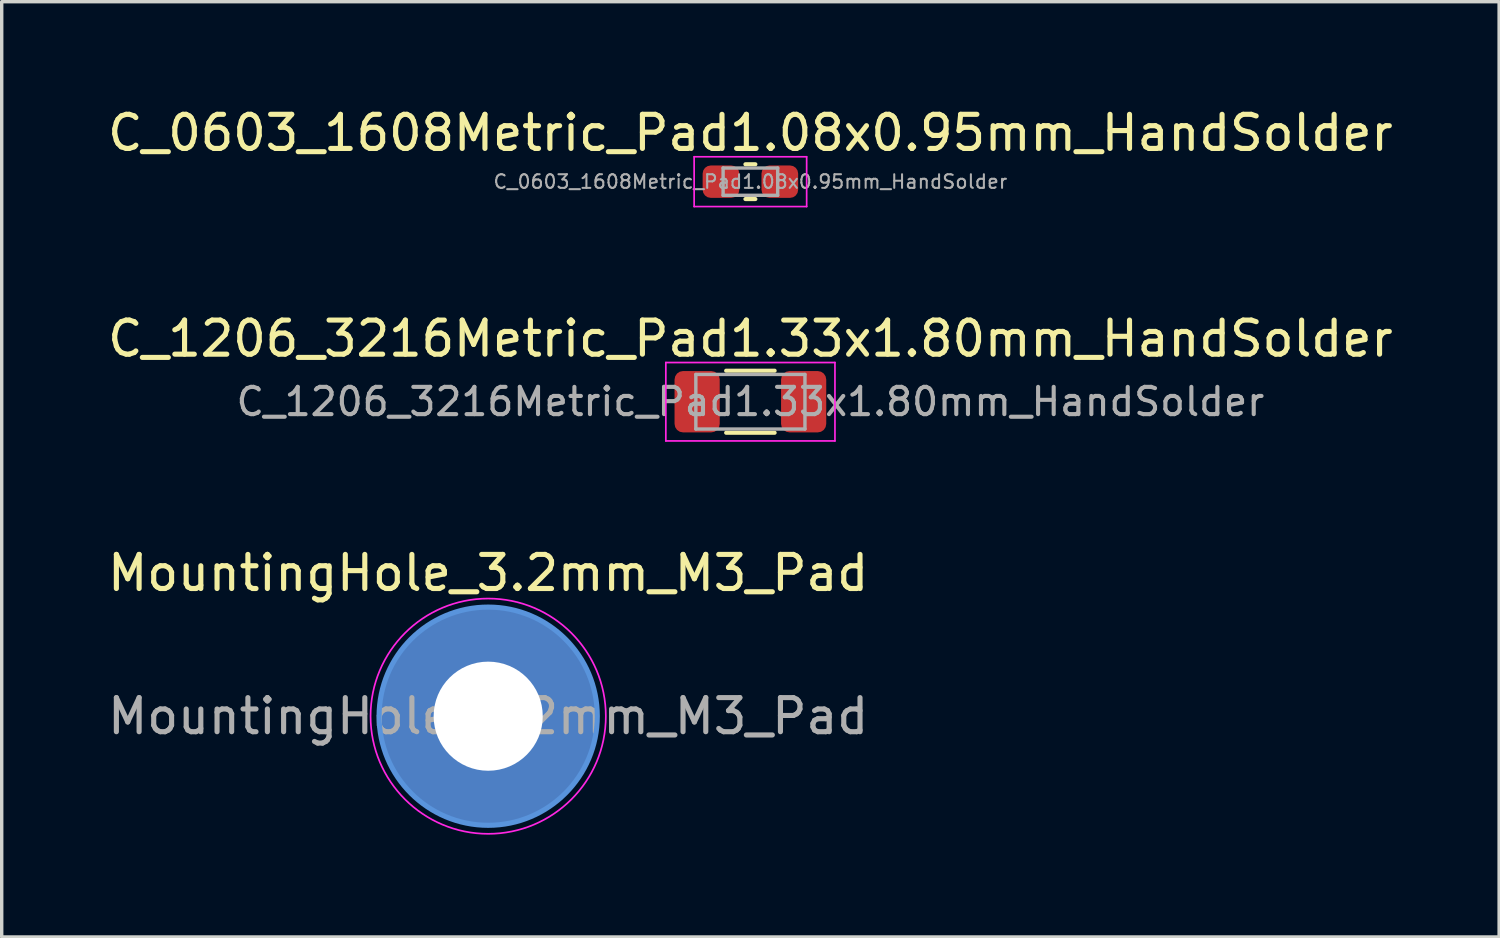
<source format=kicad_pcb>
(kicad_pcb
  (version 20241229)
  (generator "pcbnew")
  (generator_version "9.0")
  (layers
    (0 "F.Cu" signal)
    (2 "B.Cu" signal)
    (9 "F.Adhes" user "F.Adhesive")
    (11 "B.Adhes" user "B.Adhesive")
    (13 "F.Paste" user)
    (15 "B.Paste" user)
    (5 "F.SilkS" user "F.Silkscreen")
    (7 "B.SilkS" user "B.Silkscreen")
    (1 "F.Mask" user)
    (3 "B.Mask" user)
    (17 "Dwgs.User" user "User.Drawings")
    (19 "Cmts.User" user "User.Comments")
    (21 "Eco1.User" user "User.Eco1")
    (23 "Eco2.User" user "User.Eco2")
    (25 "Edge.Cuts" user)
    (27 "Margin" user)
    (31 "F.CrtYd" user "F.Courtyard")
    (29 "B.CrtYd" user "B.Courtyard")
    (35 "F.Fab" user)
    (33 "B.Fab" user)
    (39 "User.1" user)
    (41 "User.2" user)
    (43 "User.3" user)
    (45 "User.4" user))
  (footprint "MountingHole_3.2mm_M3_Pad"
    (layer "F.Cu")
    (at 11.268 17.955)
    (property "Reference" "MountingHole_3.2mm_M3_Pad" (at -0.000054 -4.2 0) (layer "F.SilkS") (effects (font (size 1 1) (thickness 0.15))))
    (attr exclude_from_pos_files)
    (fp_circle (center 0 0) (end 3.2 0) (stroke (width 0.15) (type solid)) (fill no) (layer "Cmts.User"))
    (fp_circle (center 0 0) (end 3.45 0) (stroke (width 0.05) (type solid)) (fill no) (layer "F.CrtYd"))
    (fp_text user "${REFERENCE}" (at 0 0 0) (layer "F.Fab") (effects (font (size 1 1) (thickness 0.15))))
    (pad "1" thru_hole circle (at 0 0) (size 6.4 6.4) (drill 3.2) (layers "*.Cu" "*.Mask")))
  (footprint "C_1206_3216Metric_Pad1.33x1.80mm_HandSolder"
    (layer "F.Cu")
    (at 18.958 8.732)
    (property "Reference" "C_1206_3216Metric_Pad1.33x1.80mm_HandSolder" (at 0 -1.85 180) (layer "F.SilkS") (effects (font (size 1 1) (thickness 0.15))))
    (attr smd)
    (fp_line (start -0.711 -0.91) (end 0.711 -0.91) (stroke (width 0.12) (type solid)) (layer "F.SilkS"))
    (fp_line (start -0.711 0.91) (end 0.711 0.91) (stroke (width 0.12) (type solid)) (layer "F.SilkS"))
    (fp_line (start -2.48 -1.15) (end 2.48 -1.15) (stroke (width 0.05) (type solid)) (layer "F.CrtYd"))
    (fp_line (start -2.48 1.15) (end -2.48 -1.15) (stroke (width 0.05) (type solid)) (layer "F.CrtYd"))
    (fp_line (start 2.48 -1.15) (end 2.48 1.15) (stroke (width 0.05) (type solid)) (layer "F.CrtYd"))
    (fp_line (start 2.48 1.15) (end -2.48 1.15) (stroke (width 0.05) (type solid)) (layer "F.CrtYd"))
    (fp_line (start -1.6 -0.8) (end 1.6 -0.8) (stroke (width 0.1) (type solid)) (layer "F.Fab"))
    (fp_line (start -1.6 0.8) (end -1.6 -0.8) (stroke (width 0.1) (type solid)) (layer "F.Fab"))
    (fp_line (start 1.6 -0.8) (end 1.6 0.8) (stroke (width 0.1) (type solid)) (layer "F.Fab"))
    (fp_line (start 1.6 0.8) (end -1.6 0.8) (stroke (width 0.1) (type solid)) (layer "F.Fab"))
    (fp_text user "${REFERENCE}" (at 0 0 180) (layer "F.Fab") (effects (font (size 0.8 0.8) (thickness 0.12))))
    (pad "1" smd roundrect (at -1.562 0) (size 1.325 1.8) (layers "F.Cu" "F.Mask" "F.Paste") (roundrect_rratio 0.189))
    (pad "2" smd roundrect (at 1.562 0) (size 1.325 1.8) (layers "F.Cu" "F.Mask" "F.Paste") (roundrect_rratio 0.189)))
  (footprint "C_0603_1608Metric_Pad1.08x0.95mm_HandSolder"
    (layer "F.Cu")
    (at 18.958 2.278)
    (property "Reference" "C_0603_1608Metric_Pad1.08x0.95mm_HandSolder" (at 0 -1.43 0) (layer "F.SilkS") (effects (font (size 1 1) (thickness 0.15))))
    (attr smd)
    (fp_line (start -0.146 -0.51) (end 0.146 -0.51) (stroke (width 0.12) (type solid)) (layer "F.SilkS"))
    (fp_line (start -0.146 0.51) (end 0.146 0.51) (stroke (width 0.12) (type solid)) (layer "F.SilkS"))
    (fp_line (start -1.65 -0.73) (end 1.65 -0.73) (stroke (width 0.05) (type solid)) (layer "F.CrtYd"))
    (fp_line (start -1.65 0.73) (end -1.65 -0.73) (stroke (width 0.05) (type solid)) (layer "F.CrtYd"))
    (fp_line (start 1.65 -0.73) (end 1.65 0.73) (stroke (width 0.05) (type solid)) (layer "F.CrtYd"))
    (fp_line (start 1.65 0.73) (end -1.65 0.73) (stroke (width 0.05) (type solid)) (layer "F.CrtYd"))
    (fp_line (start -0.8 -0.4) (end 0.8 -0.4) (stroke (width 0.1) (type solid)) (layer "F.Fab"))
    (fp_line (start -0.8 0.4) (end -0.8 -0.4) (stroke (width 0.1) (type solid)) (layer "F.Fab"))
    (fp_line (start 0.8 -0.4) (end 0.8 0.4) (stroke (width 0.1) (type solid)) (layer "F.Fab"))
    (fp_line (start 0.8 0.4) (end -0.8 0.4) (stroke (width 0.1) (type solid)) (layer "F.Fab"))
    (fp_text user "${REFERENCE}" (at 0 0 0) (layer "F.Fab") (effects (font (size 0.4 0.4) (thickness 0.06))))
    (pad "1" smd roundrect (at -0.863 0 180) (size 1.075 0.95) (layers "F.Cu" "F.Mask" "F.Paste") (roundrect_rratio 0.25))
    (pad "2" smd roundrect (at 0.863 0 180) (size 1.075 0.95) (layers "F.Cu" "F.Mask" "F.Paste") (roundrect_rratio 0.25)))
  (gr_rect
    (start -3 -3)
    (end 40.917 24.43)
    (stroke (width 0.1) (type default))
    (fill no)
    (layer "Edge.Cuts")))
</source>
